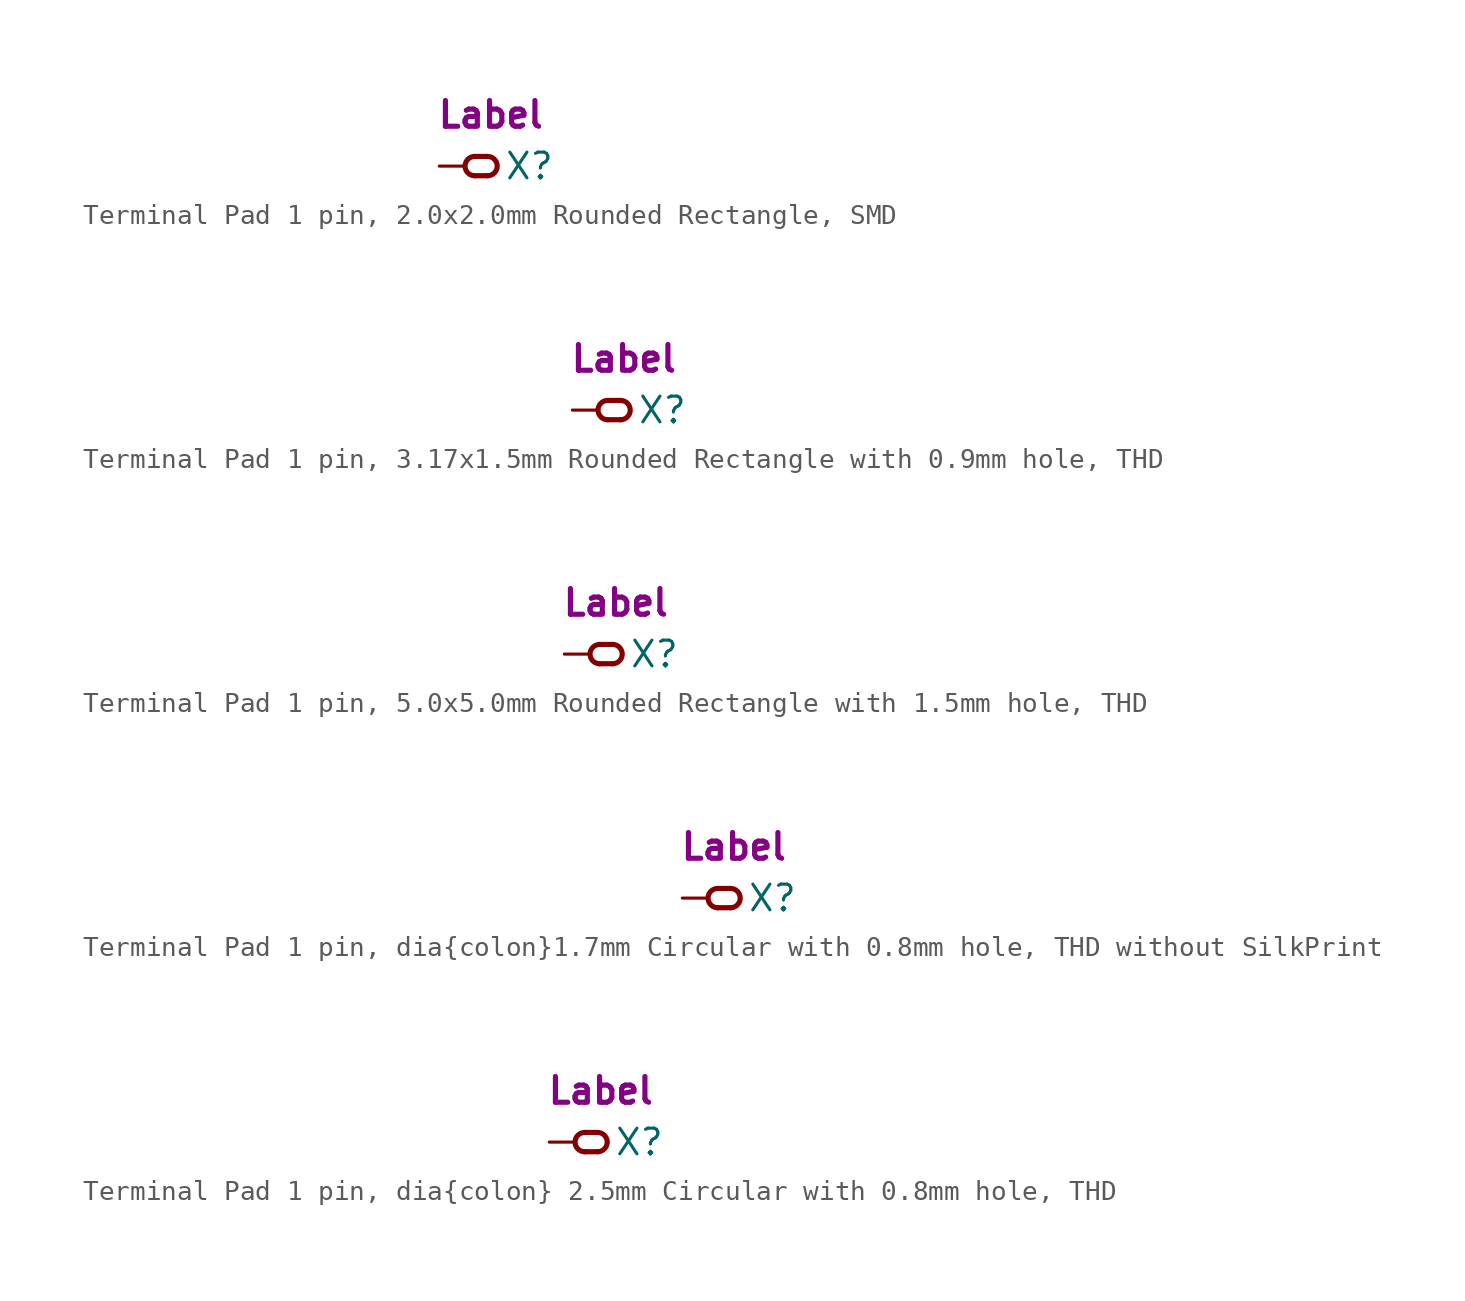
<source format=kicad_sym>
(kicad_symbol_lib
  (version 20241209)
  (generator "kicad_symbol_editor")
  (generator_version "9.0")
  (symbol "Terminal Pad 1 pin, 2.0x2.0mm Rounded Rectangle, SMD"
    (pin_numbers
      (hide yes))
    (pin_names
      (offset 1.016)
      (hide yes))
    (property "Reference" "X"
      (at 4.445 0 0)
      (effects (font (size 1.27 1.27))))
    (property "Label" "Label"
      (at 2.54 2.54 0)
      (effects (font (size 1.27 1.27) (thickness 0.254) (bold yes))))
    (symbol "Terminal Pad 1 pin, 2.0x2.0mm Rounded Rectangle, SMD_0_1"
      (polyline (pts (xy 1.747 0.476) (xy 2.382 0.476)) (stroke (width 0.254) (type default)) (fill (type none)))
      (polyline (pts (xy 1.747 -0.476) (xy 2.382 -0.476)) (stroke (width 0.254) (type default)) (fill (type none)))
      (arc (start 1.7462 -0.4763) (mid 1.2706 -0.0001) (end 1.7462 0.4762) (stroke (width 0.254) (type default)) (fill (type none)))
      (arc (start 2.3813 0.4762) (mid 2.8582 0) (end 2.3813 -0.4763) (stroke (width 0.254) (type default)) (fill (type none))))
    (symbol "Terminal Pad 1 pin, 2.0x2.0mm Rounded Rectangle, SMD_1_1"
      (pin passive line (at 0 0 0) (length 1.27) (name "1" (effects (font (size 1.27 1.27)))) (number "1" (effects (font (size 1.27 1.27)))))))
  (symbol "Terminal Pad 1 pin, 3.17x1.5mm Rounded Rectangle with 0.9mm hole, THD"
    (pin_numbers
      (hide yes))
    (pin_names
      (offset 1.016)
      (hide yes))
    (property "Reference" "X"
      (at 4.445 0 0)
      (effects (font (size 1.27 1.27))))
    (property "Label" "Label"
      (at 2.54 2.54 0)
      (effects (font (size 1.27 1.27) (thickness 0.254) (bold yes))))
    (symbol "Terminal Pad 1 pin, 3.17x1.5mm Rounded Rectangle with 0.9mm hole, THD_0_1"
      (polyline (pts (xy 1.747 0.476) (xy 2.382 0.476)) (stroke (width 0.254) (type default)) (fill (type none)))
      (polyline (pts (xy 1.747 -0.476) (xy 2.382 -0.476)) (stroke (width 0.254) (type default)) (fill (type none)))
      (arc (start 1.7462 -0.4763) (mid 1.2706 -0.0001) (end 1.7462 0.4762) (stroke (width 0.254) (type default)) (fill (type none)))
      (arc (start 2.3813 0.4762) (mid 2.8582 0) (end 2.3813 -0.4763) (stroke (width 0.254) (type default)) (fill (type none))))
    (symbol "Terminal Pad 1 pin, 3.17x1.5mm Rounded Rectangle with 0.9mm hole, THD_1_1"
      (pin passive line (at 0 0 0) (length 1.27) (name "1" (effects (font (size 1.27 1.27)))) (number "1" (effects (font (size 1.27 1.27)))))))
  (symbol "Terminal Pad 1 pin, 5.0x5.0mm Rounded Rectangle with 1.5mm hole, THD"
    (pin_numbers
      (hide yes))
    (pin_names
      (offset 1.016)
      (hide yes))
    (property "Reference" "X"
      (at 4.445 0 0)
      (effects (font (size 1.27 1.27))))
    (property "Label" "Label"
      (at 2.54 2.54 0)
      (effects (font (size 1.27 1.27) (thickness 0.254) (bold yes))))
    (symbol "Terminal Pad 1 pin, 5.0x5.0mm Rounded Rectangle with 1.5mm hole, THD_0_1"
      (polyline (pts (xy 1.747 0.476) (xy 2.382 0.476)) (stroke (width 0.254) (type default)) (fill (type none)))
      (polyline (pts (xy 1.747 -0.476) (xy 2.382 -0.476)) (stroke (width 0.254) (type default)) (fill (type none)))
      (arc (start 1.7462 -0.4763) (mid 1.2706 -0.0001) (end 1.7462 0.4762) (stroke (width 0.254) (type default)) (fill (type none)))
      (arc (start 2.3813 0.4762) (mid 2.8582 0) (end 2.3813 -0.4763) (stroke (width 0.254) (type default)) (fill (type none))))
    (symbol "Terminal Pad 1 pin, 5.0x5.0mm Rounded Rectangle with 1.5mm hole, THD_1_1"
      (pin passive line (at 0 0 0) (length 1.27) (name "1" (effects (font (size 1.27 1.27)))) (number "1" (effects (font (size 1.27 1.27)))))))
  (symbol "Terminal Pad 1 pin, dia{colon}1.7mm Circular with 0.8mm hole, THD without SilkPrint"
    (pin_numbers
      (hide yes))
    (pin_names
      (offset 1.016)
      (hide yes))
    (property "Reference" "X"
      (at 4.445 0 0)
      (effects (font (size 1.27 1.27))))
    (property "Label" "Label"
      (at 2.54 2.54 0)
      (effects (font (size 1.27 1.27) (thickness 0.254) (bold yes))))
    (symbol "Terminal Pad 1 pin, dia{colon}1.7mm Circular with 0.8mm hole, THD without SilkPrint_0_1"
      (polyline (pts (xy 1.747 0.476) (xy 2.382 0.476)) (stroke (width 0.254) (type default)) (fill (type none)))
      (polyline (pts (xy 1.747 -0.476) (xy 2.382 -0.476)) (stroke (width 0.254) (type default)) (fill (type none)))
      (arc (start 1.7462 -0.4763) (mid 1.2706 -0.0001) (end 1.7462 0.4762) (stroke (width 0.254) (type default)) (fill (type none)))
      (arc (start 2.3813 0.4762) (mid 2.8582 0) (end 2.3813 -0.4763) (stroke (width 0.254) (type default)) (fill (type none))))
    (symbol "Terminal Pad 1 pin, dia{colon}1.7mm Circular with 0.8mm hole, THD without SilkPrint_1_1"
      (pin passive line (at 0 0 0) (length 1.27) (name "1" (effects (font (size 1.27 1.27)))) (number "1" (effects (font (size 1.27 1.27)))))))
  (symbol "Terminal Pad 1 pin, dia{colon} 2.5mm Circular with 0.8mm hole, THD"
    (pin_numbers
      (hide yes))
    (pin_names
      (offset 1.016)
      (hide yes))
    (property "Reference" "X"
      (at 4.445 0 0)
      (effects (font (size 1.27 1.27))))
    (property "Label" "Label"
      (at 2.54 2.54 0)
      (effects (font (size 1.27 1.27) (thickness 0.254) (bold yes))))
    (symbol "Terminal Pad 1 pin, dia{colon} 2.5mm Circular with 0.8mm hole, THD_0_1"
      (polyline (pts (xy 1.747 0.476) (xy 2.382 0.476)) (stroke (width 0.254) (type default)) (fill (type none)))
      (polyline (pts (xy 1.747 -0.476) (xy 2.382 -0.476)) (stroke (width 0.254) (type default)) (fill (type none)))
      (arc (start 1.7462 -0.4763) (mid 1.2706 -0.0001) (end 1.7462 0.4762) (stroke (width 0.254) (type default)) (fill (type none)))
      (arc (start 2.3813 0.4762) (mid 2.8582 0) (end 2.3813 -0.4763) (stroke (width 0.254) (type default)) (fill (type none))))
    (symbol "Terminal Pad 1 pin, dia{colon} 2.5mm Circular with 0.8mm hole, THD_1_1"
      (pin passive line (at 0 0 0) (length 1.27) (name "1" (effects (font (size 1.27 1.27)))) (number "1" (effects (font (size 1.27 1.27))))))))
</source>
